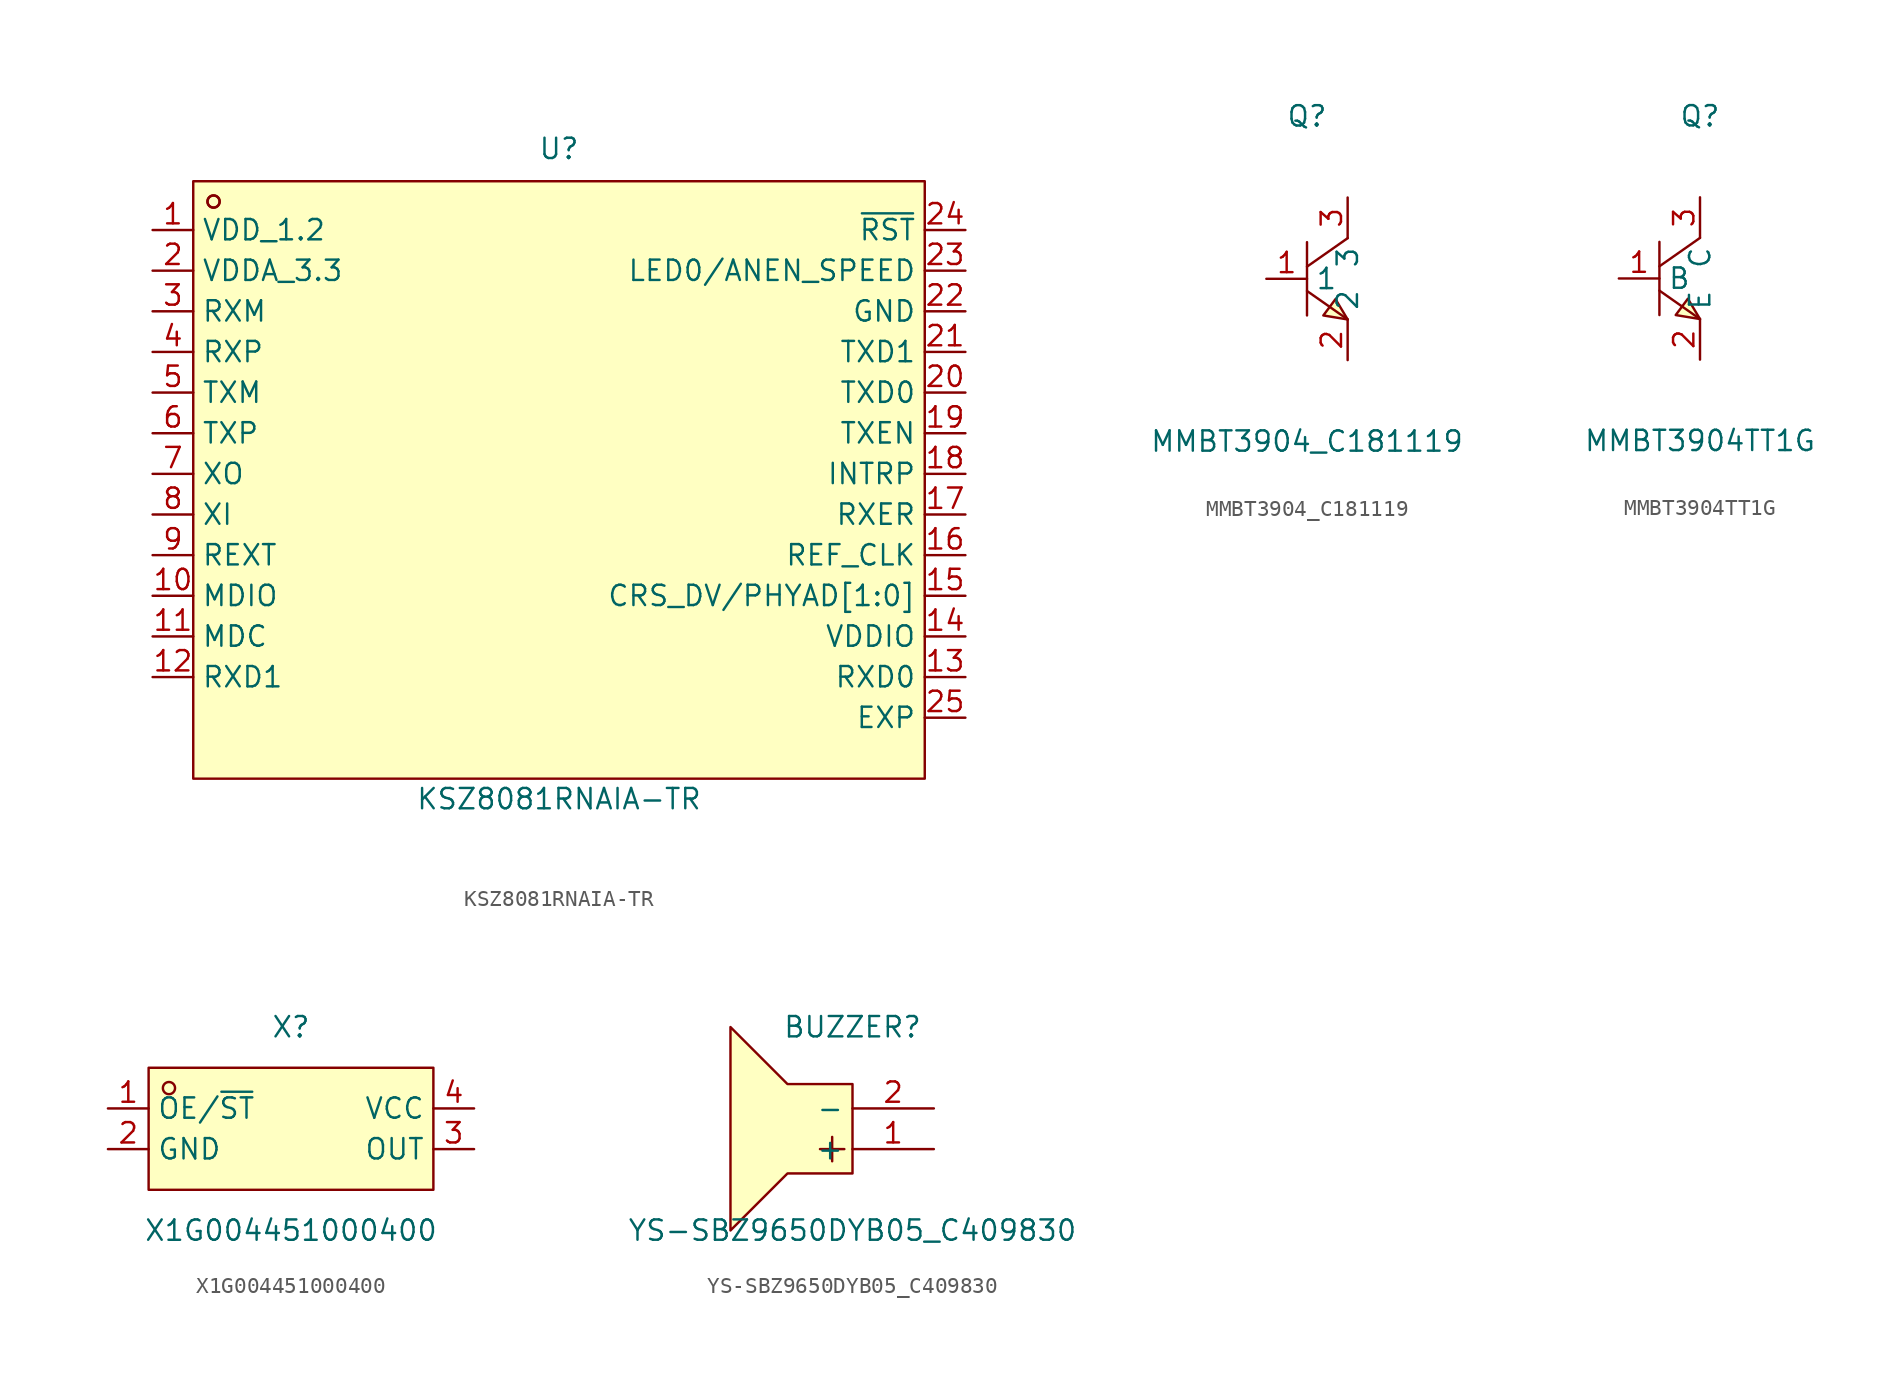
<source format=kicad_sym>
(kicad_symbol_lib
  (version 20211014)
  (generator https://github.com/uPesy/easyeda2kicad.py)
  (symbol "KSZ8081RNAIA-TR"
    (property "Reference" "U"
      (at 0 20.32 0)
      (effects (font (size 1.27 1.27))))
    (property "Value" "KSZ8081RNAIA-TR"
      (at 0 -20.32 0)
      (effects (font (size 1.27 1.27))))
    (symbol "KSZ8081RNAIA-TR_0_1"
      (rectangle (start -22.86 18.29) (end 22.86 -19.05) (stroke (width 0) (type default) (color 0 0 0 0)) (fill (type background)))
      (circle (center -21.59 17.02) (radius 0.38) (stroke (width 0) (type default) (color 0 0 0 0)) (fill (type none)))
      (circle (center -21.59 17.02) (radius 0.38) (stroke (width 0) (type default) (color 0 0 0 0)) (fill (type none)))
      (pin unspecified line (at -25.40 15.24 0) (length 2.54) (name "VDD_1.2" (effects (font (size 1.27 1.27)))) (number "1" (effects (font (size 1.27 1.27)))))
      (pin unspecified line (at -25.40 12.70 0) (length 2.54) (name "VDDA_3.3" (effects (font (size 1.27 1.27)))) (number "2" (effects (font (size 1.27 1.27)))))
      (pin unspecified line (at -25.40 10.16 0) (length 2.54) (name "RXM" (effects (font (size 1.27 1.27)))) (number "3" (effects (font (size 1.27 1.27)))))
      (pin unspecified line (at -25.40 7.62 0) (length 2.54) (name "RXP" (effects (font (size 1.27 1.27)))) (number "4" (effects (font (size 1.27 1.27)))))
      (pin unspecified line (at -25.40 5.08 0) (length 2.54) (name "TXM" (effects (font (size 1.27 1.27)))) (number "5" (effects (font (size 1.27 1.27)))))
      (pin unspecified line (at -25.40 2.54 0) (length 2.54) (name "TXP" (effects (font (size 1.27 1.27)))) (number "6" (effects (font (size 1.27 1.27)))))
      (pin unspecified line (at -25.40 -0.00 0) (length 2.54) (name "XO" (effects (font (size 1.27 1.27)))) (number "7" (effects (font (size 1.27 1.27)))))
      (pin unspecified line (at -25.40 -2.54 0) (length 2.54) (name "XI" (effects (font (size 1.27 1.27)))) (number "8" (effects (font (size 1.27 1.27)))))
      (pin unspecified line (at -25.40 -5.08 0) (length 2.54) (name "REXT" (effects (font (size 1.27 1.27)))) (number "9" (effects (font (size 1.27 1.27)))))
      (pin unspecified line (at -25.40 -7.62 0) (length 2.54) (name "MDIO" (effects (font (size 1.27 1.27)))) (number "10" (effects (font (size 1.27 1.27)))))
      (pin unspecified line (at -25.40 -10.16 0) (length 2.54) (name "MDC" (effects (font (size 1.27 1.27)))) (number "11" (effects (font (size 1.27 1.27)))))
      (pin unspecified line (at -25.40 -12.70 0) (length 2.54) (name "RXD1" (effects (font (size 1.27 1.27)))) (number "12" (effects (font (size 1.27 1.27)))))
      (pin unspecified line (at 25.40 -12.70 180) (length 2.54) (name "RXD0" (effects (font (size 1.27 1.27)))) (number "13" (effects (font (size 1.27 1.27)))))
      (pin unspecified line (at 25.40 -10.16 180) (length 2.54) (name "VDDIO" (effects (font (size 1.27 1.27)))) (number "14" (effects (font (size 1.27 1.27)))))
      (pin unspecified line (at 25.40 -7.62 180) (length 2.54) (name "CRS_DV/PHYAD[1:0]" (effects (font (size 1.27 1.27)))) (number "15" (effects (font (size 1.27 1.27)))))
      (pin unspecified line (at 25.40 -5.08 180) (length 2.54) (name "REF_CLK" (effects (font (size 1.27 1.27)))) (number "16" (effects (font (size 1.27 1.27)))))
      (pin unspecified line (at 25.40 -2.54 180) (length 2.54) (name "RXER" (effects (font (size 1.27 1.27)))) (number "17" (effects (font (size 1.27 1.27)))))
      (pin unspecified line (at 25.40 -0.00 180) (length 2.54) (name "INTRP" (effects (font (size 1.27 1.27)))) (number "18" (effects (font (size 1.27 1.27)))))
      (pin unspecified line (at 25.40 2.54 180) (length 2.54) (name "TXEN" (effects (font (size 1.27 1.27)))) (number "19" (effects (font (size 1.27 1.27)))))
      (pin unspecified line (at 25.40 5.08 180) (length 2.54) (name "TXD0" (effects (font (size 1.27 1.27)))) (number "20" (effects (font (size 1.27 1.27)))))
      (pin unspecified line (at 25.40 7.62 180) (length 2.54) (name "TXD1" (effects (font (size 1.27 1.27)))) (number "21" (effects (font (size 1.27 1.27)))))
      (pin unspecified line (at 25.40 10.16 180) (length 2.54) (name "GND" (effects (font (size 1.27 1.27)))) (number "22" (effects (font (size 1.27 1.27)))))
      (pin unspecified line (at 25.40 12.70 180) (length 2.54) (name "LED0/ANEN_SPEED" (effects (font (size 1.27 1.27)))) (number "23" (effects (font (size 1.27 1.27)))))
      (pin unspecified line (at 25.40 15.24 180) (length 2.54) (name "~{RST}" (effects (font (size 1.27 1.27)))) (number "24" (effects (font (size 1.27 1.27)))))
      (pin unspecified line (at 25.40 -15.24 180) (length 2.54) (name "EXP" (effects (font (size 1.27 1.27)))) (number "25" (effects (font (size 1.27 1.27)))))))
  (symbol "MMBT3904_C181119"
    (property "Reference" "Q"
      (at 0 10.16 0)
      (effects (font (size 1.27 1.27))))
    (property "Value" "MMBT3904_C181119"
      (at 0 -10.16 0)
      (effects (font (size 1.27 1.27))))
    (symbol "MMBT3904_C181119_0_1"
      (polyline (pts (xy 2.54 2.54) (xy 0.00 0.76)) (stroke (width 0) (type default) (color 0 0 0 0)) (fill (type none)))
      (polyline (pts (xy 0.00 -0.76) (xy 2.54 -2.54)) (stroke (width 0) (type default) (color 0 0 0 0)) (fill (type none)))
      (polyline (pts (xy 0.00 2.29) (xy 0.00 -2.29)) (stroke (width 0) (type default) (color 0 0 0 0)) (fill (type none)))
      (polyline (pts (xy 2.54 -2.54) (xy 1.78 -1.27) (xy 1.02 -2.29) (xy 2.54 -2.54)) (stroke (width 0) (type default) (color 0 0 0 0)) (fill (type background)))
      (pin input line (at -2.54 -0.00 0) (length 2.54) (name "1" (effects (font (size 1.27 1.27)))) (number "1" (effects (font (size 1.27 1.27)))))
      (pin input line (at 2.54 5.08 270) (length 2.54) (name "3" (effects (font (size 1.27 1.27)))) (number "3" (effects (font (size 1.27 1.27)))))
      (pin input line (at 2.54 -5.08 90) (length 2.54) (name "2" (effects (font (size 1.27 1.27)))) (number "2" (effects (font (size 1.27 1.27)))))))
  (symbol "MMBT3904TT1G"
    (property "Reference" "Q"
      (at 0 10.16 0)
      (effects (font (size 1.27 1.27))))
    (property "Value" "MMBT3904TT1G"
      (at 0 -10.16 0)
      (effects (font (size 1.27 1.27))))
    (symbol "MMBT3904TT1G_0_1"
      (polyline (pts (xy 0.00 2.54) (xy -2.54 0.76)) (stroke (width 0) (type default) (color 0 0 0 0)) (fill (type none)))
      (polyline (pts (xy -2.54 -0.76) (xy 0.00 -2.54)) (stroke (width 0) (type default) (color 0 0 0 0)) (fill (type none)))
      (polyline (pts (xy -2.54 2.29) (xy -2.54 -2.29)) (stroke (width 0) (type default) (color 0 0 0 0)) (fill (type none)))
      (polyline (pts (xy 0.00 -2.54) (xy -0.76 -1.27) (xy -1.52 -2.29) (xy 0.00 -2.54)) (stroke (width 0) (type default) (color 0 0 0 0)) (fill (type background)))
      (pin unspecified line (at 0.00 5.08 270) (length 2.54) (name "C" (effects (font (size 1.27 1.27)))) (number "3" (effects (font (size 1.27 1.27)))))
      (pin unspecified line (at -5.08 -0.00 0) (length 2.54) (name "B" (effects (font (size 1.27 1.27)))) (number "1" (effects (font (size 1.27 1.27)))))
      (pin unspecified line (at 0.00 -5.08 90) (length 2.54) (name "E" (effects (font (size 1.27 1.27)))) (number "2" (effects (font (size 1.27 1.27)))))))
  (symbol "X1G004451000400"
    (property "Reference" "X"
      (at 0 6.35 0)
      (effects (font (size 1.27 1.27))))
    (property "Value" "X1G004451000400"
      (at 0 -6.35 0)
      (effects (font (size 1.27 1.27))))
    (symbol "X1G004451000400_0_1"
      (rectangle (start -8.89 3.81) (end 8.89 -3.81) (stroke (width 0) (type default) (color 0 0 0 0)) (fill (type background)))
      (circle (center -7.62 2.54) (radius 0.38) (stroke (width 0) (type default) (color 0 0 0 0)) (fill (type none)))
      (pin unspecified line (at -11.43 1.27 0) (length 2.54) (name "OE/~{ST}" (effects (font (size 1.27 1.27)))) (number "1" (effects (font (size 1.27 1.27)))))
      (pin unspecified line (at -11.43 -1.27 0) (length 2.54) (name "GND" (effects (font (size 1.27 1.27)))) (number "2" (effects (font (size 1.27 1.27)))))
      (pin unspecified line (at 11.43 -1.27 180) (length 2.54) (name "OUT" (effects (font (size 1.27 1.27)))) (number "3" (effects (font (size 1.27 1.27)))))
      (pin unspecified line (at 11.43 1.27 180) (length 2.54) (name "VCC" (effects (font (size 1.27 1.27)))) (number "4" (effects (font (size 1.27 1.27)))))))
  (symbol "YS-SBZ9650DYB05_C409830"
    (property "Reference" "BUZZER"
      (at 0 7.62 0)
      (effects (font (size 1.27 1.27))))
    (property "Value" "YS-SBZ9650DYB05_C409830"
      (at 0 -5.08 0)
      (effects (font (size 1.27 1.27))))
    (symbol "YS-SBZ9650DYB05_C409830_0_1"
      (polyline (pts (xy -4.06 4.06) (xy 0.00 4.06) (xy 0.00 -1.52) (xy -4.06 -1.52) (xy -7.62 -5.08) (xy -7.62 7.62) (xy -4.06 4.06)) (stroke (width 0) (type default) (color 0 0 0 0)) (fill (type background)))
      (polyline (pts (xy -2.03 -0.00) (xy -0.51 -0.00)) (stroke (width 0) (type default) (color 0 0 0 0)) (fill (type none)))
      (polyline (pts (xy -1.27 -0.76) (xy -1.27 0.76)) (stroke (width 0) (type default) (color 0 0 0 0)) (fill (type none)))
      (pin unspecified line (at 5.08 -0.00 180) (length 5.08) (name "+" (effects (font (size 1.27 1.27)))) (number "1" (effects (font (size 1.27 1.27)))))
      (pin unspecified line (at 5.08 2.54 180) (length 5.08) (name "-" (effects (font (size 1.27 1.27)))) (number "2" (effects (font (size 1.27 1.27))))))))
</source>
